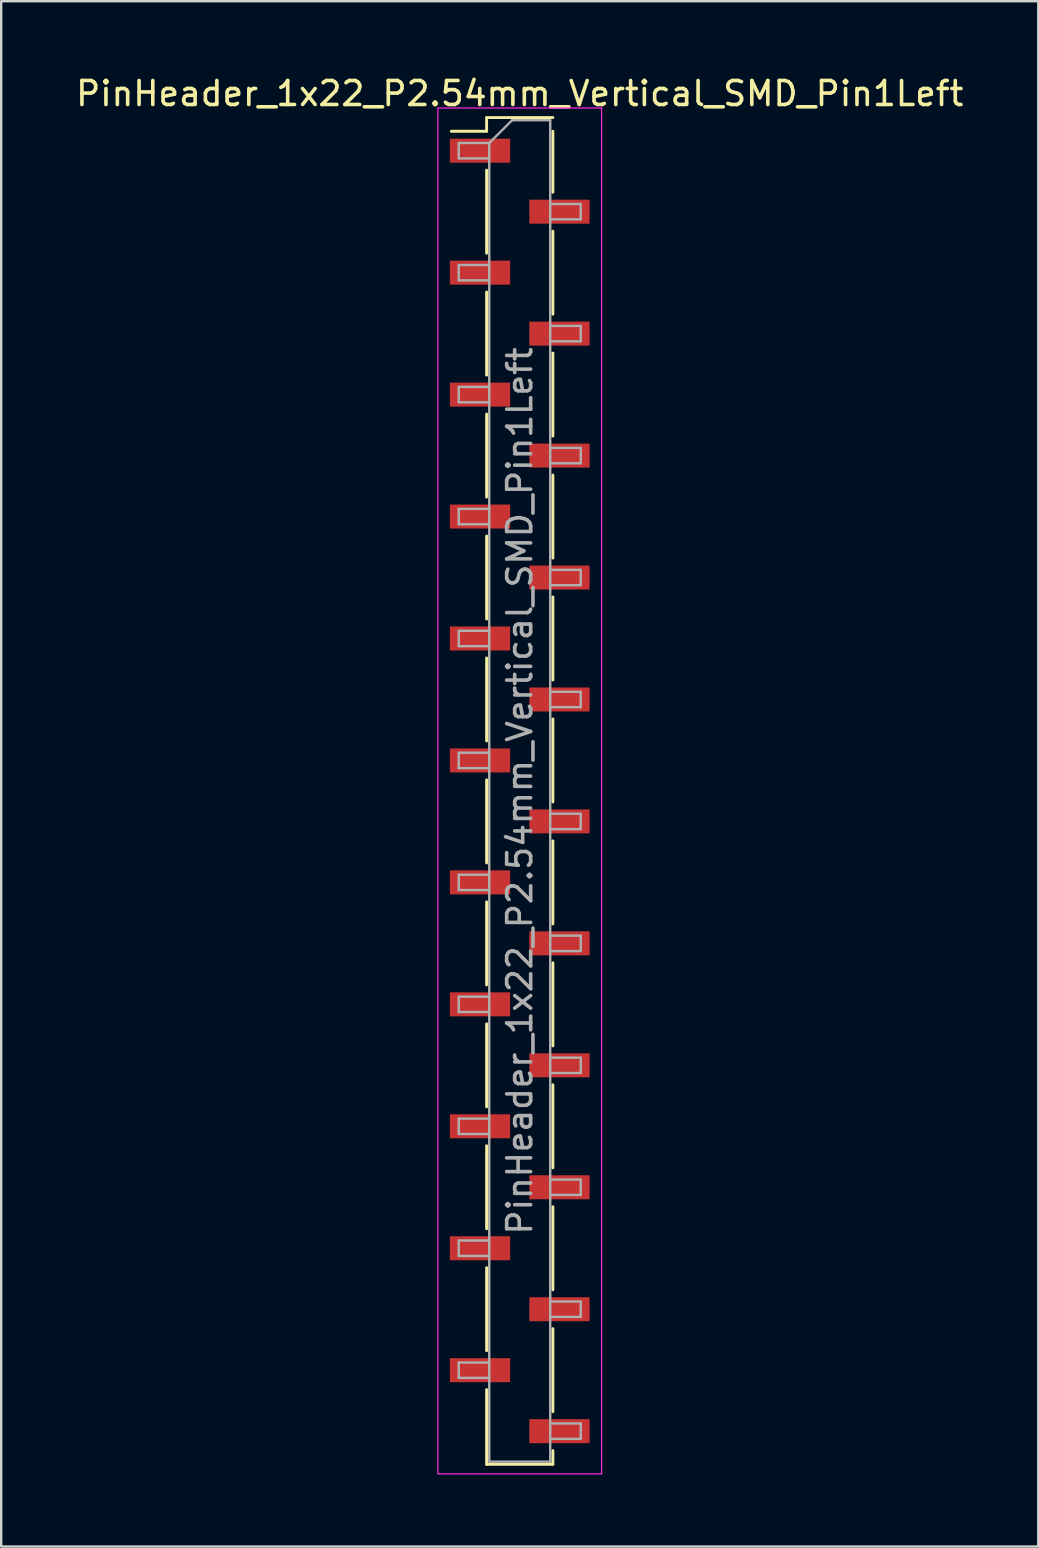
<source format=kicad_pcb>
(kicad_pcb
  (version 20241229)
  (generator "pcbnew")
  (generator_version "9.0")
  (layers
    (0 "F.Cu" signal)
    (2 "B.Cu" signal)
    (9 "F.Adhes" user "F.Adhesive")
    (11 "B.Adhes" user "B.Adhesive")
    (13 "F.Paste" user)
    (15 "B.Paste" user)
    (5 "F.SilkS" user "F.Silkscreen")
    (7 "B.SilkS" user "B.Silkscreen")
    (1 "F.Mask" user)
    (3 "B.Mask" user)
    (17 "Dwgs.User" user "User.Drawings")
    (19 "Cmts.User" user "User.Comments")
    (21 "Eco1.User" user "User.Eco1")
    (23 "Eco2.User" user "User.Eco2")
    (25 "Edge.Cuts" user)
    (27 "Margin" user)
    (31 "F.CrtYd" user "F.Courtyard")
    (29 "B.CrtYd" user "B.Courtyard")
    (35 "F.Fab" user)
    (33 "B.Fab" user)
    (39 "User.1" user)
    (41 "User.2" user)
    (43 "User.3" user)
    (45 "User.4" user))
  (footprint "PinHeader_1x22_P2.54mm_Vertical_SMD_Pin1Left"
    (layer "F.Cu")
    (at 18.601 29.898)
    (property "Reference" "PinHeader_1x22_P2.54mm_Vertical_SMD_Pin1Left" (at 0 -29.05 0) (layer "F.SilkS") (effects (font (size 1 1) (thickness 0.15))))
    (attr smd)
    (fp_line (start -1.38 -28.05) (end -1.38 -27.48) (stroke (width 0.12) (type solid)) (layer "F.SilkS"))
    (fp_line (start -1.38 -28.05) (end 1.38 -28.05) (stroke (width 0.12) (type solid)) (layer "F.SilkS"))
    (fp_line (start -1.38 -27.48) (end -2.85 -27.48) (stroke (width 0.12) (type solid)) (layer "F.SilkS"))
    (fp_line (start -1.38 -25.86) (end -1.38 -22.4) (stroke (width 0.12) (type solid)) (layer "F.SilkS"))
    (fp_line (start -1.38 -20.78) (end -1.38 -17.32) (stroke (width 0.12) (type solid)) (layer "F.SilkS"))
    (fp_line (start -1.38 -15.7) (end -1.38 -12.24) (stroke (width 0.12) (type solid)) (layer "F.SilkS"))
    (fp_line (start -1.38 -10.62) (end -1.38 -7.16) (stroke (width 0.12) (type solid)) (layer "F.SilkS"))
    (fp_line (start -1.38 -5.54) (end -1.38 -2.08) (stroke (width 0.12) (type solid)) (layer "F.SilkS"))
    (fp_line (start -1.38 -0.46) (end -1.38 3) (stroke (width 0.12) (type solid)) (layer "F.SilkS"))
    (fp_line (start -1.38 4.62) (end -1.38 8.08) (stroke (width 0.12) (type solid)) (layer "F.SilkS"))
    (fp_line (start -1.38 9.7) (end -1.38 13.16) (stroke (width 0.12) (type solid)) (layer "F.SilkS"))
    (fp_line (start -1.38 14.78) (end -1.38 18.24) (stroke (width 0.12) (type solid)) (layer "F.SilkS"))
    (fp_line (start -1.38 19.86) (end -1.38 23.32) (stroke (width 0.12) (type solid)) (layer "F.SilkS"))
    (fp_line (start -1.38 24.94) (end -1.38 28.05) (stroke (width 0.12) (type solid)) (layer "F.SilkS"))
    (fp_line (start -1.38 28.05) (end 1.38 28.05) (stroke (width 0.12) (type solid)) (layer "F.SilkS"))
    (fp_line (start 1.38 -27.48) (end 1.38 -24.94) (stroke (width 0.12) (type solid)) (layer "F.SilkS"))
    (fp_line (start 1.38 -23.32) (end 1.38 -19.86) (stroke (width 0.12) (type solid)) (layer "F.SilkS"))
    (fp_line (start 1.38 -18.24) (end 1.38 -14.78) (stroke (width 0.12) (type solid)) (layer "F.SilkS"))
    (fp_line (start 1.38 -13.16) (end 1.38 -9.7) (stroke (width 0.12) (type solid)) (layer "F.SilkS"))
    (fp_line (start 1.38 -8.08) (end 1.38 -4.62) (stroke (width 0.12) (type solid)) (layer "F.SilkS"))
    (fp_line (start 1.38 -3) (end 1.38 0.46) (stroke (width 0.12) (type solid)) (layer "F.SilkS"))
    (fp_line (start 1.38 2.08) (end 1.38 5.54) (stroke (width 0.12) (type solid)) (layer "F.SilkS"))
    (fp_line (start 1.38 7.16) (end 1.38 10.62) (stroke (width 0.12) (type solid)) (layer "F.SilkS"))
    (fp_line (start 1.38 12.24) (end 1.38 15.7) (stroke (width 0.12) (type solid)) (layer "F.SilkS"))
    (fp_line (start 1.38 17.32) (end 1.38 20.78) (stroke (width 0.12) (type solid)) (layer "F.SilkS"))
    (fp_line (start 1.38 22.4) (end 1.38 25.86) (stroke (width 0.12) (type solid)) (layer "F.SilkS"))
    (fp_line (start 1.38 27.48) (end 1.38 28.05) (stroke (width 0.12) (type solid)) (layer "F.SilkS"))
    (fp_line (start -3.41 -28.45) (end -3.41 28.45) (stroke (width 0.05) (type solid)) (layer "F.CrtYd"))
    (fp_line (start -3.41 28.45) (end 3.41 28.45) (stroke (width 0.05) (type solid)) (layer "F.CrtYd"))
    (fp_line (start 3.41 -28.45) (end -3.41 -28.45) (stroke (width 0.05) (type solid)) (layer "F.CrtYd"))
    (fp_line (start 3.41 28.45) (end 3.41 -28.45) (stroke (width 0.05) (type solid)) (layer "F.CrtYd"))
    (fp_line (start -2.54 -26.99) (end -2.54 -26.35) (stroke (width 0.1) (type solid)) (layer "F.Fab"))
    (fp_line (start -2.54 -26.35) (end -1.27 -26.35) (stroke (width 0.1) (type solid)) (layer "F.Fab"))
    (fp_line (start -2.54 -21.91) (end -2.54 -21.27) (stroke (width 0.1) (type solid)) (layer "F.Fab"))
    (fp_line (start -2.54 -21.27) (end -1.27 -21.27) (stroke (width 0.1) (type solid)) (layer "F.Fab"))
    (fp_line (start -2.54 -16.83) (end -2.54 -16.19) (stroke (width 0.1) (type solid)) (layer "F.Fab"))
    (fp_line (start -2.54 -16.19) (end -1.27 -16.19) (stroke (width 0.1) (type solid)) (layer "F.Fab"))
    (fp_line (start -2.54 -11.75) (end -2.54 -11.11) (stroke (width 0.1) (type solid)) (layer "F.Fab"))
    (fp_line (start -2.54 -11.11) (end -1.27 -11.11) (stroke (width 0.1) (type solid)) (layer "F.Fab"))
    (fp_line (start -2.54 -6.67) (end -2.54 -6.03) (stroke (width 0.1) (type solid)) (layer "F.Fab"))
    (fp_line (start -2.54 -6.03) (end -1.27 -6.03) (stroke (width 0.1) (type solid)) (layer "F.Fab"))
    (fp_line (start -2.54 -1.59) (end -2.54 -0.95) (stroke (width 0.1) (type solid)) (layer "F.Fab"))
    (fp_line (start -2.54 -0.95) (end -1.27 -0.95) (stroke (width 0.1) (type solid)) (layer "F.Fab"))
    (fp_line (start -2.54 3.49) (end -2.54 4.13) (stroke (width 0.1) (type solid)) (layer "F.Fab"))
    (fp_line (start -2.54 4.13) (end -1.27 4.13) (stroke (width 0.1) (type solid)) (layer "F.Fab"))
    (fp_line (start -2.54 8.57) (end -2.54 9.21) (stroke (width 0.1) (type solid)) (layer "F.Fab"))
    (fp_line (start -2.54 9.21) (end -1.27 9.21) (stroke (width 0.1) (type solid)) (layer "F.Fab"))
    (fp_line (start -2.54 13.65) (end -2.54 14.29) (stroke (width 0.1) (type solid)) (layer "F.Fab"))
    (fp_line (start -2.54 14.29) (end -1.27 14.29) (stroke (width 0.1) (type solid)) (layer "F.Fab"))
    (fp_line (start -2.54 18.73) (end -2.54 19.37) (stroke (width 0.1) (type solid)) (layer "F.Fab"))
    (fp_line (start -2.54 19.37) (end -1.27 19.37) (stroke (width 0.1) (type solid)) (layer "F.Fab"))
    (fp_line (start -2.54 23.81) (end -2.54 24.45) (stroke (width 0.1) (type solid)) (layer "F.Fab"))
    (fp_line (start -2.54 24.45) (end -1.27 24.45) (stroke (width 0.1) (type solid)) (layer "F.Fab"))
    (fp_line (start -1.27 -26.99) (end -2.54 -26.99) (stroke (width 0.1) (type solid)) (layer "F.Fab"))
    (fp_line (start -1.27 -26.99) (end -0.32 -27.94) (stroke (width 0.1) (type solid)) (layer "F.Fab"))
    (fp_line (start -1.27 -21.91) (end -2.54 -21.91) (stroke (width 0.1) (type solid)) (layer "F.Fab"))
    (fp_line (start -1.27 -16.83) (end -2.54 -16.83) (stroke (width 0.1) (type solid)) (layer "F.Fab"))
    (fp_line (start -1.27 -11.75) (end -2.54 -11.75) (stroke (width 0.1) (type solid)) (layer "F.Fab"))
    (fp_line (start -1.27 -6.67) (end -2.54 -6.67) (stroke (width 0.1) (type solid)) (layer "F.Fab"))
    (fp_line (start -1.27 -1.59) (end -2.54 -1.59) (stroke (width 0.1) (type solid)) (layer "F.Fab"))
    (fp_line (start -1.27 3.49) (end -2.54 3.49) (stroke (width 0.1) (type solid)) (layer "F.Fab"))
    (fp_line (start -1.27 8.57) (end -2.54 8.57) (stroke (width 0.1) (type solid)) (layer "F.Fab"))
    (fp_line (start -1.27 13.65) (end -2.54 13.65) (stroke (width 0.1) (type solid)) (layer "F.Fab"))
    (fp_line (start -1.27 18.73) (end -2.54 18.73) (stroke (width 0.1) (type solid)) (layer "F.Fab"))
    (fp_line (start -1.27 23.81) (end -2.54 23.81) (stroke (width 0.1) (type solid)) (layer "F.Fab"))
    (fp_line (start -1.27 27.94) (end -1.27 -26.99) (stroke (width 0.1) (type solid)) (layer "F.Fab"))
    (fp_line (start -0.32 -27.94) (end 1.27 -27.94) (stroke (width 0.1) (type solid)) (layer "F.Fab"))
    (fp_line (start 1.27 -27.94) (end 1.27 27.94) (stroke (width 0.1) (type solid)) (layer "F.Fab"))
    (fp_line (start 1.27 -24.45) (end 2.54 -24.45) (stroke (width 0.1) (type solid)) (layer "F.Fab"))
    (fp_line (start 1.27 -19.37) (end 2.54 -19.37) (stroke (width 0.1) (type solid)) (layer "F.Fab"))
    (fp_line (start 1.27 -14.29) (end 2.54 -14.29) (stroke (width 0.1) (type solid)) (layer "F.Fab"))
    (fp_line (start 1.27 -9.21) (end 2.54 -9.21) (stroke (width 0.1) (type solid)) (layer "F.Fab"))
    (fp_line (start 1.27 -4.13) (end 2.54 -4.13) (stroke (width 0.1) (type solid)) (layer "F.Fab"))
    (fp_line (start 1.27 0.95) (end 2.54 0.95) (stroke (width 0.1) (type solid)) (layer "F.Fab"))
    (fp_line (start 1.27 6.03) (end 2.54 6.03) (stroke (width 0.1) (type solid)) (layer "F.Fab"))
    (fp_line (start 1.27 11.11) (end 2.54 11.11) (stroke (width 0.1) (type solid)) (layer "F.Fab"))
    (fp_line (start 1.27 16.19) (end 2.54 16.19) (stroke (width 0.1) (type solid)) (layer "F.Fab"))
    (fp_line (start 1.27 21.27) (end 2.54 21.27) (stroke (width 0.1) (type solid)) (layer "F.Fab"))
    (fp_line (start 1.27 26.35) (end 2.54 26.35) (stroke (width 0.1) (type solid)) (layer "F.Fab"))
    (fp_line (start 1.27 27.94) (end -1.27 27.94) (stroke (width 0.1) (type solid)) (layer "F.Fab"))
    (fp_line (start 2.54 -24.45) (end 2.54 -23.81) (stroke (width 0.1) (type solid)) (layer "F.Fab"))
    (fp_line (start 2.54 -23.81) (end 1.27 -23.81) (stroke (width 0.1) (type solid)) (layer "F.Fab"))
    (fp_line (start 2.54 -19.37) (end 2.54 -18.73) (stroke (width 0.1) (type solid)) (layer "F.Fab"))
    (fp_line (start 2.54 -18.73) (end 1.27 -18.73) (stroke (width 0.1) (type solid)) (layer "F.Fab"))
    (fp_line (start 2.54 -14.29) (end 2.54 -13.65) (stroke (width 0.1) (type solid)) (layer "F.Fab"))
    (fp_line (start 2.54 -13.65) (end 1.27 -13.65) (stroke (width 0.1) (type solid)) (layer "F.Fab"))
    (fp_line (start 2.54 -9.21) (end 2.54 -8.57) (stroke (width 0.1) (type solid)) (layer "F.Fab"))
    (fp_line (start 2.54 -8.57) (end 1.27 -8.57) (stroke (width 0.1) (type solid)) (layer "F.Fab"))
    (fp_line (start 2.54 -4.13) (end 2.54 -3.49) (stroke (width 0.1) (type solid)) (layer "F.Fab"))
    (fp_line (start 2.54 -3.49) (end 1.27 -3.49) (stroke (width 0.1) (type solid)) (layer "F.Fab"))
    (fp_line (start 2.54 0.95) (end 2.54 1.59) (stroke (width 0.1) (type solid)) (layer "F.Fab"))
    (fp_line (start 2.54 1.59) (end 1.27 1.59) (stroke (width 0.1) (type solid)) (layer "F.Fab"))
    (fp_line (start 2.54 6.03) (end 2.54 6.67) (stroke (width 0.1) (type solid)) (layer "F.Fab"))
    (fp_line (start 2.54 6.67) (end 1.27 6.67) (stroke (width 0.1) (type solid)) (layer "F.Fab"))
    (fp_line (start 2.54 11.11) (end 2.54 11.75) (stroke (width 0.1) (type solid)) (layer "F.Fab"))
    (fp_line (start 2.54 11.75) (end 1.27 11.75) (stroke (width 0.1) (type solid)) (layer "F.Fab"))
    (fp_line (start 2.54 16.19) (end 2.54 16.83) (stroke (width 0.1) (type solid)) (layer "F.Fab"))
    (fp_line (start 2.54 16.83) (end 1.27 16.83) (stroke (width 0.1) (type solid)) (layer "F.Fab"))
    (fp_line (start 2.54 21.27) (end 2.54 21.91) (stroke (width 0.1) (type solid)) (layer "F.Fab"))
    (fp_line (start 2.54 21.91) (end 1.27 21.91) (stroke (width 0.1) (type solid)) (layer "F.Fab"))
    (fp_line (start 2.54 26.35) (end 2.54 26.99) (stroke (width 0.1) (type solid)) (layer "F.Fab"))
    (fp_line (start 2.54 26.99) (end 1.27 26.99) (stroke (width 0.1) (type solid)) (layer "F.Fab"))
    (fp_text user "${REFERENCE}" (at 0 0 90) (layer "F.Fab") (effects (font (size 1 1) (thickness 0.15))))
    (pad "1" smd rect (at -1.655 -26.67) (size 2.51 1) (layers "F.Cu" "F.Mask" "F.Paste"))
    (pad "2" smd rect (at 1.655 -24.13) (size 2.51 1) (layers "F.Cu" "F.Mask" "F.Paste"))
    (pad "3" smd rect (at -1.655 -21.59) (size 2.51 1) (layers "F.Cu" "F.Mask" "F.Paste"))
    (pad "4" smd rect (at 1.655 -19.05) (size 2.51 1) (layers "F.Cu" "F.Mask" "F.Paste"))
    (pad "5" smd rect (at -1.655 -16.51) (size 2.51 1) (layers "F.Cu" "F.Mask" "F.Paste"))
    (pad "6" smd rect (at 1.655 -13.97) (size 2.51 1) (layers "F.Cu" "F.Mask" "F.Paste"))
    (pad "7" smd rect (at -1.655 -11.43) (size 2.51 1) (layers "F.Cu" "F.Mask" "F.Paste"))
    (pad "8" smd rect (at 1.655 -8.89) (size 2.51 1) (layers "F.Cu" "F.Mask" "F.Paste"))
    (pad "9" smd rect (at -1.655 -6.35) (size 2.51 1) (layers "F.Cu" "F.Mask" "F.Paste"))
    (pad "10" smd rect (at 1.655 -3.81) (size 2.51 1) (layers "F.Cu" "F.Mask" "F.Paste"))
    (pad "11" smd rect (at -1.655 -1.27) (size 2.51 1) (layers "F.Cu" "F.Mask" "F.Paste"))
    (pad "12" smd rect (at 1.655 1.27) (size 2.51 1) (layers "F.Cu" "F.Mask" "F.Paste"))
    (pad "13" smd rect (at -1.655 3.81) (size 2.51 1) (layers "F.Cu" "F.Mask" "F.Paste"))
    (pad "14" smd rect (at 1.655 6.35) (size 2.51 1) (layers "F.Cu" "F.Mask" "F.Paste"))
    (pad "15" smd rect (at -1.655 8.89) (size 2.51 1) (layers "F.Cu" "F.Mask" "F.Paste"))
    (pad "16" smd rect (at 1.655 11.43) (size 2.51 1) (layers "F.Cu" "F.Mask" "F.Paste"))
    (pad "17" smd rect (at -1.655 13.97) (size 2.51 1) (layers "F.Cu" "F.Mask" "F.Paste"))
    (pad "18" smd rect (at 1.655 16.51) (size 2.51 1) (layers "F.Cu" "F.Mask" "F.Paste"))
    (pad "19" smd rect (at -1.655 19.05) (size 2.51 1) (layers "F.Cu" "F.Mask" "F.Paste"))
    (pad "20" smd rect (at 1.655 21.59) (size 2.51 1) (layers "F.Cu" "F.Mask" "F.Paste"))
    (pad "21" smd rect (at -1.655 24.13) (size 2.51 1) (layers "F.Cu" "F.Mask" "F.Paste"))
    (pad "22" smd rect (at 1.655 26.67) (size 2.51 1) (layers "F.Cu" "F.Mask" "F.Paste")))
  (gr_rect
    (start -3 -3)
    (end 40.202 61.373)
    (stroke (width 0.1) (type default))
    (fill no)
    (layer "Edge.Cuts")))
</source>
